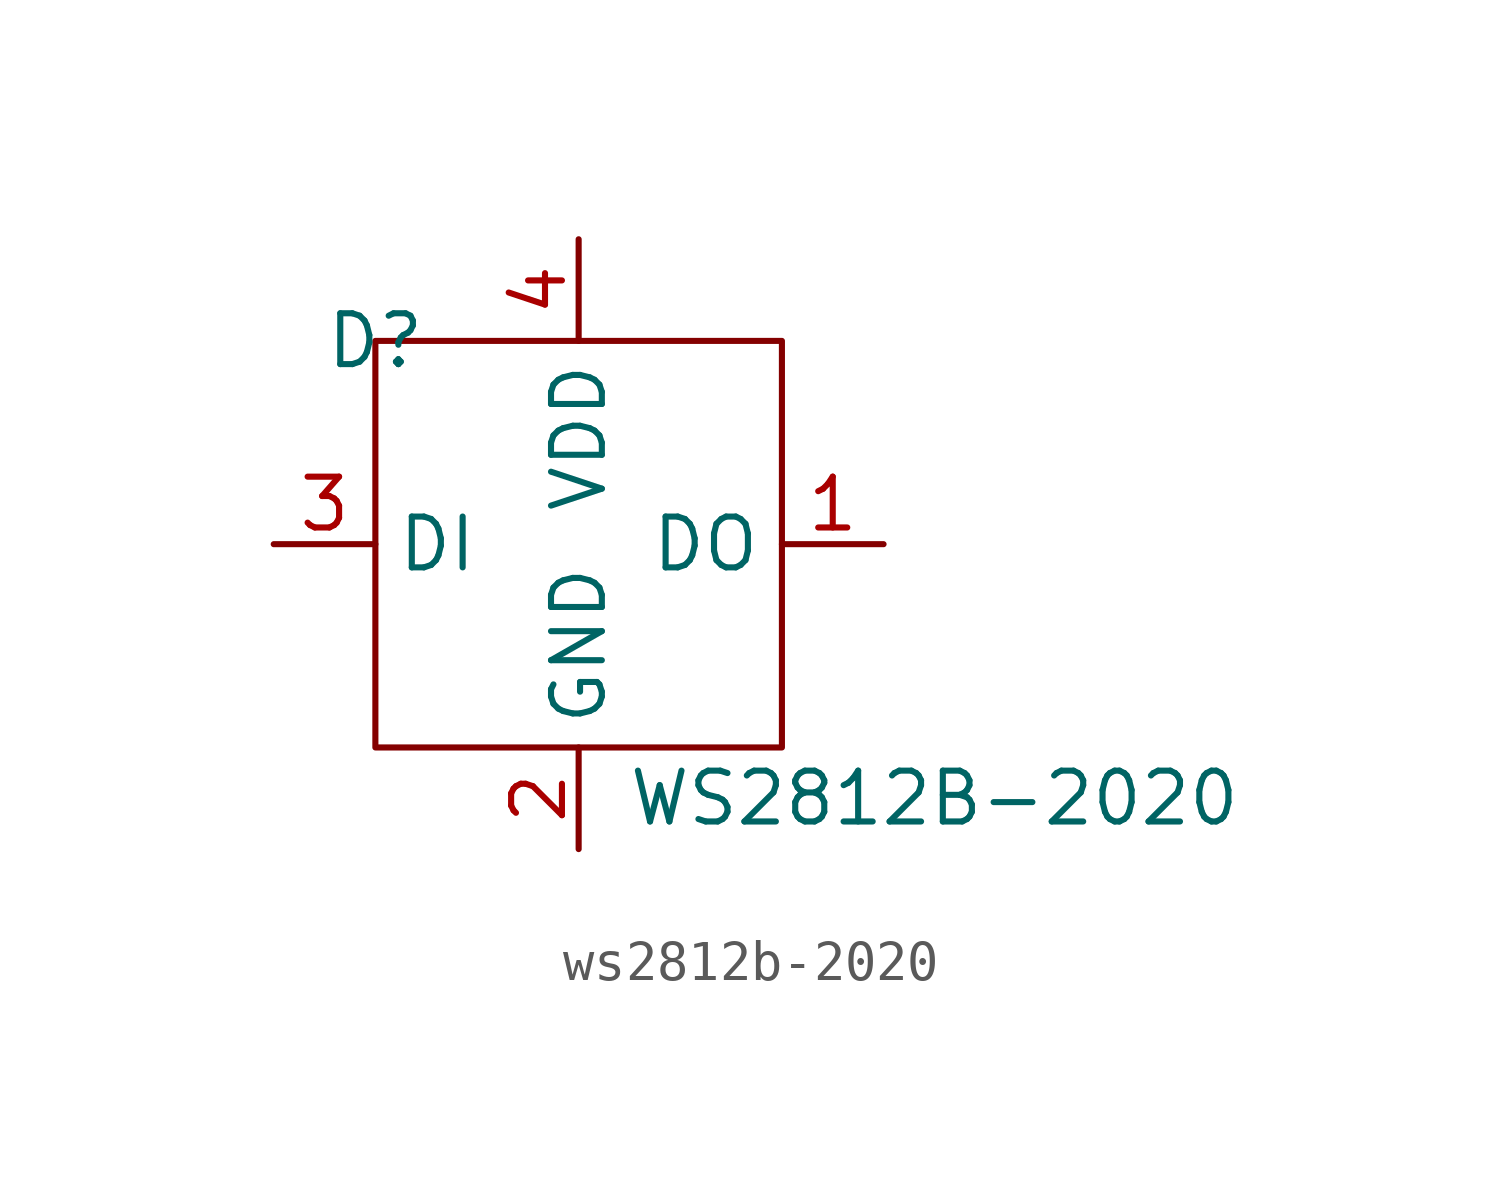
<source format=kicad_sym>
(kicad_symbol_lib
  (version 20220914)
  (generator kicad_symbol_editor)
  (symbol "ws2812b-2020"
    (property "Reference" "D"
      (at 0 1.27 0)
      (effects (font (size 1.27 1.27))))
    (property "Value" "WS2812B-2020"
      (at 13.97 -10.16 0)
      (effects (font (size 1.27 1.27))))
    (symbol "ws2812b-2020_0_1"
      (rectangle (start 0 1.27) (end 10.16 -8.89) (stroke (width 0) (type default)) (fill (type none))))
    (symbol "ws2812b-2020_1_1"
      (pin input line (at 12.7 -3.81 180) (length 2.54) (name "DO" (effects (font (size 1.27 1.27)))) (number "1" (effects (font (size 1.27 1.27)))))
      (pin input line (at 5.08 -11.43 90) (length 2.54) (name "GND" (effects (font (size 1.27 1.27)))) (number "2" (effects (font (size 1.27 1.27)))))
      (pin input line (at -2.54 -3.81 0) (length 2.54) (name "DI" (effects (font (size 1.27 1.27)))) (number "3" (effects (font (size 1.27 1.27)))))
      (pin input line (at 5.08 3.81 270) (length 2.54) (name "VDD" (effects (font (size 1.27 1.27)))) (number "4" (effects (font (size 1.27 1.27))))))))
</source>
